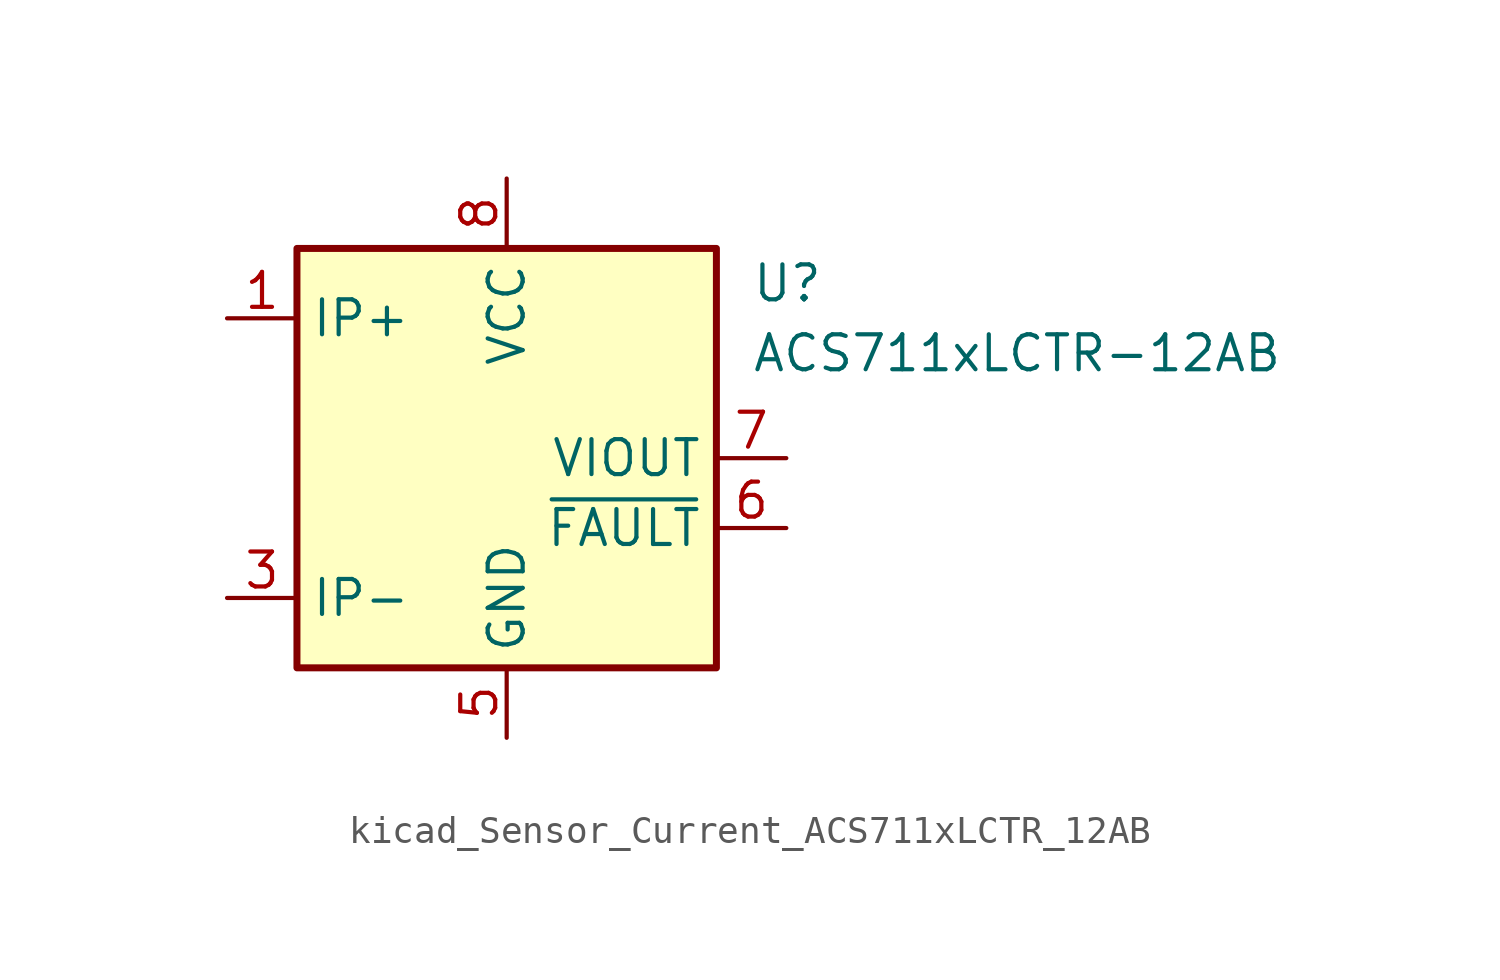
<source format=kicad_sym>
(kicad_symbol_lib
  (version 20220914)
  (generator kicad_symbol_editor)
  (symbol "kicad_Sensor_Current_ACS711xLCTR_12AB"
    (property "Reference" "U"
      (at 8.89 6.35 0)
      (effects (font (size 1.27 1.27)) (justify left)))
    (property "Value" "ACS711xLCTR-12AB"
      (at 8.89 3.81 0)
      (effects (font (size 1.27 1.27)) (justify left)))
    (symbol "kicad_Sensor_Current_ACS711xLCTR_12AB_0_1"
      (rectangle (start -7.62 7.62) (end 7.62 -7.62) (stroke (width 0.254) (type default)) (fill (type background))))
    (symbol "kicad_Sensor_Current_ACS711xLCTR_12AB_1_1"
      (pin passive line (at -10.16 5.08 0) (length 2.54) (name "IP+" (effects (font (size 1.27 1.27)))) (number "1" (effects (font (size 1.27 1.27)))))
      (pin passive line (at -10.16 5.08 0) (length 2.54) hide (name "IP+" (effects (font (size 1.27 1.27)))) (number "2" (effects (font (size 1.27 1.27)))))
      (pin passive line (at -10.16 -5.08 0) (length 2.54) (name "IP-" (effects (font (size 1.27 1.27)))) (number "3" (effects (font (size 1.27 1.27)))))
      (pin passive line (at -10.16 -5.08 0) (length 2.54) hide (name "IP-" (effects (font (size 1.27 1.27)))) (number "4" (effects (font (size 1.27 1.27)))))
      (pin power_in line (at 0 -10.16 90) (length 2.54) (name "GND" (effects (font (size 1.27 1.27)))) (number "5" (effects (font (size 1.27 1.27)))))
      (pin output line (at 10.16 -2.54 180) (length 2.54) (name "~{FAULT}" (effects (font (size 1.27 1.27)))) (number "6" (effects (font (size 1.27 1.27)))))
      (pin output line (at 10.16 0 180) (length 2.54) (name "VIOUT" (effects (font (size 1.27 1.27)))) (number "7" (effects (font (size 1.27 1.27)))))
      (pin power_in line (at 0 10.16 270) (length 2.54) (name "VCC" (effects (font (size 1.27 1.27)))) (number "8" (effects (font (size 1.27 1.27))))))))
</source>
